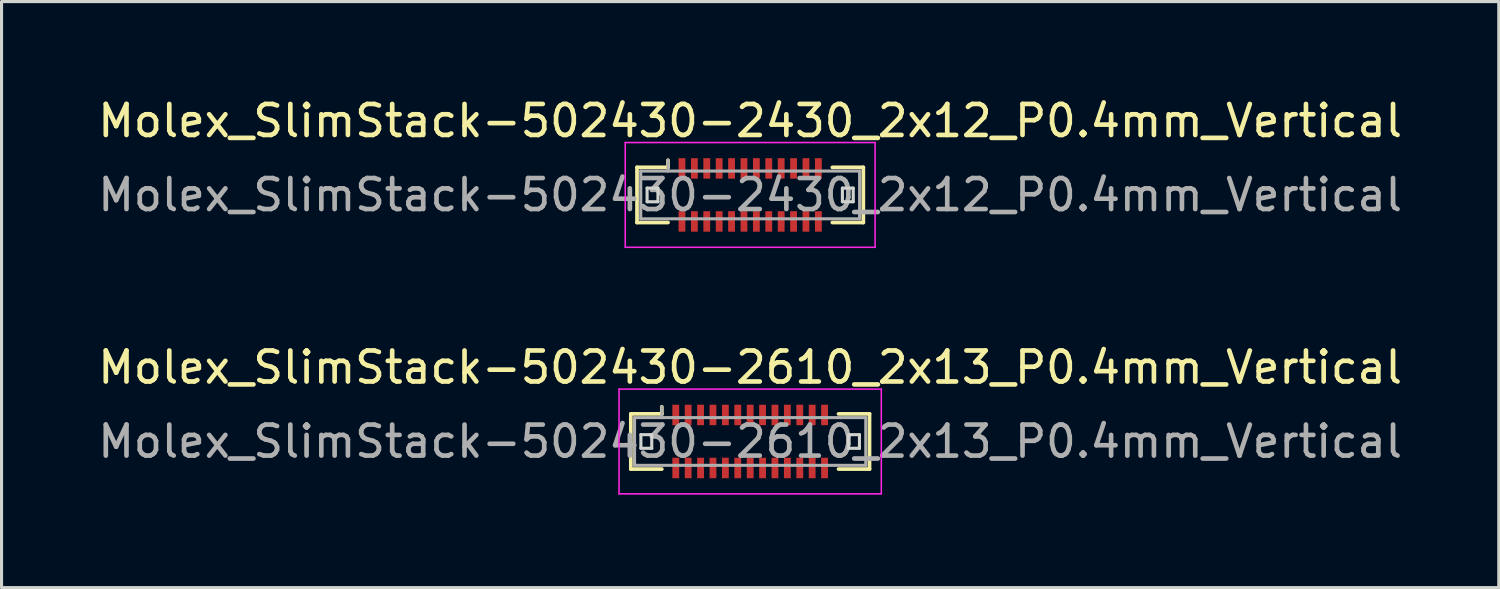
<source format=kicad_pcb>
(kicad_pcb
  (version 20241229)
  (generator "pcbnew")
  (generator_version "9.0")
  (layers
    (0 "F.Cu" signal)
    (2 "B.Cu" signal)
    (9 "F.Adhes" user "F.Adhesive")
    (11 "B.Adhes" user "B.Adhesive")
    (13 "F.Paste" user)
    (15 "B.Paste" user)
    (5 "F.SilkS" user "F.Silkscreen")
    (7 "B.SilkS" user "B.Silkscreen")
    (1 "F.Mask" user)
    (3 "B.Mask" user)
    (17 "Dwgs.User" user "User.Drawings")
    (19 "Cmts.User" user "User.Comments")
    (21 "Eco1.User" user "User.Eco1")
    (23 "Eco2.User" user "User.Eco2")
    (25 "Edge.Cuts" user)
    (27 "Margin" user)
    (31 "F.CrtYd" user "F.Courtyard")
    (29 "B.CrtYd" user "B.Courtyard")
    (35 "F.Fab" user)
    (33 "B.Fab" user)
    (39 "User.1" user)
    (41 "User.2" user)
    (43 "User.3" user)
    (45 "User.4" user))
  (footprint "Molex_SlimStack-502430-2610_2x13_P0.4mm_Vertical"
    (layer "F.Cu")
    (at 21.149 11.191)
    (property "Reference" "Molex_SlimStack-502430-2610_2x13_P0.4mm_Vertical" (at 0 -2.39 0) (layer "F.SilkS") (effects (font (size 1 1) (thickness 0.15))))
    (attr smd)
    (fp_line (start -3.85 -0.89) (end -2.85 -0.89) (stroke (width 0.12) (type solid)) (layer "F.SilkS"))
    (fp_line (start -3.85 0.89) (end -3.85 -0.89) (stroke (width 0.12) (type solid)) (layer "F.SilkS"))
    (fp_line (start -2.85 -0.89) (end -2.85 -1.12) (stroke (width 0.12) (type solid)) (layer "F.SilkS"))
    (fp_line (start -2.85 0.89) (end -3.85 0.89) (stroke (width 0.12) (type solid)) (layer "F.SilkS"))
    (fp_line (start 2.85 0.89) (end 3.85 0.89) (stroke (width 0.12) (type solid)) (layer "F.SilkS"))
    (fp_line (start 3.85 -0.89) (end 2.85 -0.89) (stroke (width 0.12) (type solid)) (layer "F.SilkS"))
    (fp_line (start 3.85 0.89) (end 3.85 -0.89) (stroke (width 0.12) (type solid)) (layer "F.SilkS"))
    (fp_line (start -3.525 -0.22) (end -3.525 0.22) (stroke (width 0.1) (type solid)) (layer "Edge.Cuts"))
    (fp_line (start -3.525 0.22) (end -3.175 0.22) (stroke (width 0.1) (type solid)) (layer "Edge.Cuts"))
    (fp_line (start -3.175 -0.22) (end -3.525 -0.22) (stroke (width 0.1) (type solid)) (layer "Edge.Cuts"))
    (fp_line (start -3.175 0.22) (end -3.175 -0.22) (stroke (width 0.1) (type solid)) (layer "Edge.Cuts"))
    (fp_line (start 3.175 -0.22) (end 3.175 0.22) (stroke (width 0.1) (type solid)) (layer "Edge.Cuts"))
    (fp_line (start 3.175 0.22) (end 3.525 0.22) (stroke (width 0.1) (type solid)) (layer "Edge.Cuts"))
    (fp_line (start 3.525 -0.22) (end 3.175 -0.22) (stroke (width 0.1) (type solid)) (layer "Edge.Cuts"))
    (fp_line (start 3.525 0.22) (end 3.525 -0.22) (stroke (width 0.1) (type solid)) (layer "Edge.Cuts"))
    (fp_line (start -4.23 -1.69) (end -4.23 1.69) (stroke (width 0.05) (type solid)) (layer "F.CrtYd"))
    (fp_line (start -4.23 1.69) (end 4.23 1.69) (stroke (width 0.05) (type solid)) (layer "F.CrtYd"))
    (fp_line (start 4.23 -1.69) (end -4.23 -1.69) (stroke (width 0.05) (type solid)) (layer "F.CrtYd"))
    (fp_line (start 4.23 1.69) (end 4.23 -1.69) (stroke (width 0.05) (type solid)) (layer "F.CrtYd"))
    (fp_line (start -3.73 -0.77) (end -3.73 0.77) (stroke (width 0.1) (type solid)) (layer "F.Fab"))
    (fp_line (start -3.73 0.77) (end 3.73 0.77) (stroke (width 0.1) (type solid)) (layer "F.Fab"))
    (fp_line (start -2.85 -0.77) (end -2.85 -1.12) (stroke (width 0.1) (type solid)) (layer "F.Fab"))
    (fp_line (start 3.73 -0.77) (end -3.73 -0.77) (stroke (width 0.1) (type solid)) (layer "F.Fab"))
    (fp_line (start 3.73 0.77) (end 3.73 -0.77) (stroke (width 0.1) (type solid)) (layer "F.Fab"))
    (fp_text user "${REFERENCE}" (at 0 0 0) (layer "F.Fab") (effects (font (size 1 1) (thickness 0.15))))
    (pad "1" smd rect (at -2.4 -0.855) (size 0.22 0.66) (layers "F.Cu" "F.Mask" "F.Paste"))
    (pad "2" smd rect (at -2.4 0.855) (size 0.22 0.66) (layers "F.Cu" "F.Mask" "F.Paste"))
    (pad "3" smd rect (at -2 -0.855) (size 0.22 0.66) (layers "F.Cu" "F.Mask" "F.Paste"))
    (pad "4" smd rect (at -2 0.855) (size 0.22 0.66) (layers "F.Cu" "F.Mask" "F.Paste"))
    (pad "5" smd rect (at -1.6 -0.855) (size 0.22 0.66) (layers "F.Cu" "F.Mask" "F.Paste"))
    (pad "6" smd rect (at -1.6 0.855) (size 0.22 0.66) (layers "F.Cu" "F.Mask" "F.Paste"))
    (pad "7" smd rect (at -1.2 -0.855) (size 0.22 0.66) (layers "F.Cu" "F.Mask" "F.Paste"))
    (pad "8" smd rect (at -1.2 0.855) (size 0.22 0.66) (layers "F.Cu" "F.Mask" "F.Paste"))
    (pad "9" smd rect (at -0.8 -0.855) (size 0.22 0.66) (layers "F.Cu" "F.Mask" "F.Paste"))
    (pad "10" smd rect (at -0.8 0.855) (size 0.22 0.66) (layers "F.Cu" "F.Mask" "F.Paste"))
    (pad "11" smd rect (at -0.4 -0.855) (size 0.22 0.66) (layers "F.Cu" "F.Mask" "F.Paste"))
    (pad "12" smd rect (at -0.4 0.855) (size 0.22 0.66) (layers "F.Cu" "F.Mask" "F.Paste"))
    (pad "13" smd rect (at 0 -0.855) (size 0.22 0.66) (layers "F.Cu" "F.Mask" "F.Paste"))
    (pad "14" smd rect (at 0 0.855) (size 0.22 0.66) (layers "F.Cu" "F.Mask" "F.Paste"))
    (pad "15" smd rect (at 0.4 -0.855) (size 0.22 0.66) (layers "F.Cu" "F.Mask" "F.Paste"))
    (pad "16" smd rect (at 0.4 0.855) (size 0.22 0.66) (layers "F.Cu" "F.Mask" "F.Paste"))
    (pad "17" smd rect (at 0.8 -0.855) (size 0.22 0.66) (layers "F.Cu" "F.Mask" "F.Paste"))
    (pad "18" smd rect (at 0.8 0.855) (size 0.22 0.66) (layers "F.Cu" "F.Mask" "F.Paste"))
    (pad "19" smd rect (at 1.2 -0.855) (size 0.22 0.66) (layers "F.Cu" "F.Mask" "F.Paste"))
    (pad "20" smd rect (at 1.2 0.855) (size 0.22 0.66) (layers "F.Cu" "F.Mask" "F.Paste"))
    (pad "21" smd rect (at 1.6 -0.855) (size 0.22 0.66) (layers "F.Cu" "F.Mask" "F.Paste"))
    (pad "22" smd rect (at 1.6 0.855) (size 0.22 0.66) (layers "F.Cu" "F.Mask" "F.Paste"))
    (pad "23" smd rect (at 2 -0.855) (size 0.22 0.66) (layers "F.Cu" "F.Mask" "F.Paste"))
    (pad "24" smd rect (at 2 0.855) (size 0.22 0.66) (layers "F.Cu" "F.Mask" "F.Paste"))
    (pad "25" smd rect (at 2.4 -0.855) (size 0.22 0.66) (layers "F.Cu" "F.Mask" "F.Paste"))
    (pad "26" smd rect (at 2.4 0.855) (size 0.22 0.66) (layers "F.Cu" "F.Mask" "F.Paste")))
  (footprint "Molex_SlimStack-502430-2430_2x12_P0.4mm_Vertical"
    (layer "F.Cu")
    (at 21.149 3.238)
    (property "Reference" "Molex_SlimStack-502430-2430_2x12_P0.4mm_Vertical" (at 0 -2.39 0) (layer "F.SilkS") (effects (font (size 1 1) (thickness 0.15))))
    (attr smd)
    (fp_line (start -3.65 -0.89) (end -2.65 -0.89) (stroke (width 0.12) (type solid)) (layer "F.SilkS"))
    (fp_line (start -3.65 0.89) (end -3.65 -0.89) (stroke (width 0.12) (type solid)) (layer "F.SilkS"))
    (fp_line (start -2.65 -0.89) (end -2.65 -1.12) (stroke (width 0.12) (type solid)) (layer "F.SilkS"))
    (fp_line (start -2.65 0.89) (end -3.65 0.89) (stroke (width 0.12) (type solid)) (layer "F.SilkS"))
    (fp_line (start 2.65 0.89) (end 3.65 0.89) (stroke (width 0.12) (type solid)) (layer "F.SilkS"))
    (fp_line (start 3.65 -0.89) (end 2.65 -0.89) (stroke (width 0.12) (type solid)) (layer "F.SilkS"))
    (fp_line (start 3.65 0.89) (end 3.65 -0.89) (stroke (width 0.12) (type solid)) (layer "F.SilkS"))
    (fp_line (start -3.325 -0.22) (end -3.325 0.22) (stroke (width 0.1) (type solid)) (layer "Edge.Cuts"))
    (fp_line (start -3.325 0.22) (end -2.975 0.22) (stroke (width 0.1) (type solid)) (layer "Edge.Cuts"))
    (fp_line (start -2.975 -0.22) (end -3.325 -0.22) (stroke (width 0.1) (type solid)) (layer "Edge.Cuts"))
    (fp_line (start -2.975 0.22) (end -2.975 -0.22) (stroke (width 0.1) (type solid)) (layer "Edge.Cuts"))
    (fp_line (start 2.975 -0.22) (end 2.975 0.22) (stroke (width 0.1) (type solid)) (layer "Edge.Cuts"))
    (fp_line (start 2.975 0.22) (end 3.325 0.22) (stroke (width 0.1) (type solid)) (layer "Edge.Cuts"))
    (fp_line (start 3.325 -0.22) (end 2.975 -0.22) (stroke (width 0.1) (type solid)) (layer "Edge.Cuts"))
    (fp_line (start 3.325 0.22) (end 3.325 -0.22) (stroke (width 0.1) (type solid)) (layer "Edge.Cuts"))
    (fp_line (start -4.03 -1.69) (end -4.03 1.69) (stroke (width 0.05) (type solid)) (layer "F.CrtYd"))
    (fp_line (start -4.03 1.69) (end 4.03 1.69) (stroke (width 0.05) (type solid)) (layer "F.CrtYd"))
    (fp_line (start 4.03 -1.69) (end -4.03 -1.69) (stroke (width 0.05) (type solid)) (layer "F.CrtYd"))
    (fp_line (start 4.03 1.69) (end 4.03 -1.69) (stroke (width 0.05) (type solid)) (layer "F.CrtYd"))
    (fp_line (start -3.53 -0.77) (end -3.53 0.77) (stroke (width 0.1) (type solid)) (layer "F.Fab"))
    (fp_line (start -3.53 0.77) (end 3.53 0.77) (stroke (width 0.1) (type solid)) (layer "F.Fab"))
    (fp_line (start -2.65 -0.77) (end -2.65 -1.12) (stroke (width 0.1) (type solid)) (layer "F.Fab"))
    (fp_line (start 3.53 -0.77) (end -3.53 -0.77) (stroke (width 0.1) (type solid)) (layer "F.Fab"))
    (fp_line (start 3.53 0.77) (end 3.53 -0.77) (stroke (width 0.1) (type solid)) (layer "F.Fab"))
    (fp_text user "${REFERENCE}" (at 0 0 0) (layer "F.Fab") (effects (font (size 1 1) (thickness 0.15))))
    (pad "1" smd rect (at -2.2 -0.855) (size 0.22 0.66) (layers "F.Cu" "F.Mask" "F.Paste"))
    (pad "2" smd rect (at -2.2 0.855) (size 0.22 0.66) (layers "F.Cu" "F.Mask" "F.Paste"))
    (pad "3" smd rect (at -1.8 -0.855) (size 0.22 0.66) (layers "F.Cu" "F.Mask" "F.Paste"))
    (pad "4" smd rect (at -1.8 0.855) (size 0.22 0.66) (layers "F.Cu" "F.Mask" "F.Paste"))
    (pad "5" smd rect (at -1.4 -0.855) (size 0.22 0.66) (layers "F.Cu" "F.Mask" "F.Paste"))
    (pad "6" smd rect (at -1.4 0.855) (size 0.22 0.66) (layers "F.Cu" "F.Mask" "F.Paste"))
    (pad "7" smd rect (at -1 -0.855) (size 0.22 0.66) (layers "F.Cu" "F.Mask" "F.Paste"))
    (pad "8" smd rect (at -1 0.855) (size 0.22 0.66) (layers "F.Cu" "F.Mask" "F.Paste"))
    (pad "9" smd rect (at -0.6 -0.855) (size 0.22 0.66) (layers "F.Cu" "F.Mask" "F.Paste"))
    (pad "10" smd rect (at -0.6 0.855) (size 0.22 0.66) (layers "F.Cu" "F.Mask" "F.Paste"))
    (pad "11" smd rect (at -0.2 -0.855) (size 0.22 0.66) (layers "F.Cu" "F.Mask" "F.Paste"))
    (pad "12" smd rect (at -0.2 0.855) (size 0.22 0.66) (layers "F.Cu" "F.Mask" "F.Paste"))
    (pad "13" smd rect (at 0.2 -0.855) (size 0.22 0.66) (layers "F.Cu" "F.Mask" "F.Paste"))
    (pad "14" smd rect (at 0.2 0.855) (size 0.22 0.66) (layers "F.Cu" "F.Mask" "F.Paste"))
    (pad "15" smd rect (at 0.6 -0.855) (size 0.22 0.66) (layers "F.Cu" "F.Mask" "F.Paste"))
    (pad "16" smd rect (at 0.6 0.855) (size 0.22 0.66) (layers "F.Cu" "F.Mask" "F.Paste"))
    (pad "17" smd rect (at 1 -0.855) (size 0.22 0.66) (layers "F.Cu" "F.Mask" "F.Paste"))
    (pad "18" smd rect (at 1 0.855) (size 0.22 0.66) (layers "F.Cu" "F.Mask" "F.Paste"))
    (pad "19" smd rect (at 1.4 -0.855) (size 0.22 0.66) (layers "F.Cu" "F.Mask" "F.Paste"))
    (pad "20" smd rect (at 1.4 0.855) (size 0.22 0.66) (layers "F.Cu" "F.Mask" "F.Paste"))
    (pad "21" smd rect (at 1.8 -0.855) (size 0.22 0.66) (layers "F.Cu" "F.Mask" "F.Paste"))
    (pad "22" smd rect (at 1.8 0.855) (size 0.22 0.66) (layers "F.Cu" "F.Mask" "F.Paste"))
    (pad "23" smd rect (at 2.2 -0.855) (size 0.22 0.66) (layers "F.Cu" "F.Mask" "F.Paste"))
    (pad "24" smd rect (at 2.2 0.855) (size 0.22 0.66) (layers "F.Cu" "F.Mask" "F.Paste")))
  (gr_rect
    (start -3 -3)
    (end 45.298 15.906)
    (stroke (width 0.1) (type default))
    (fill no)
    (layer "Edge.Cuts")))
</source>
